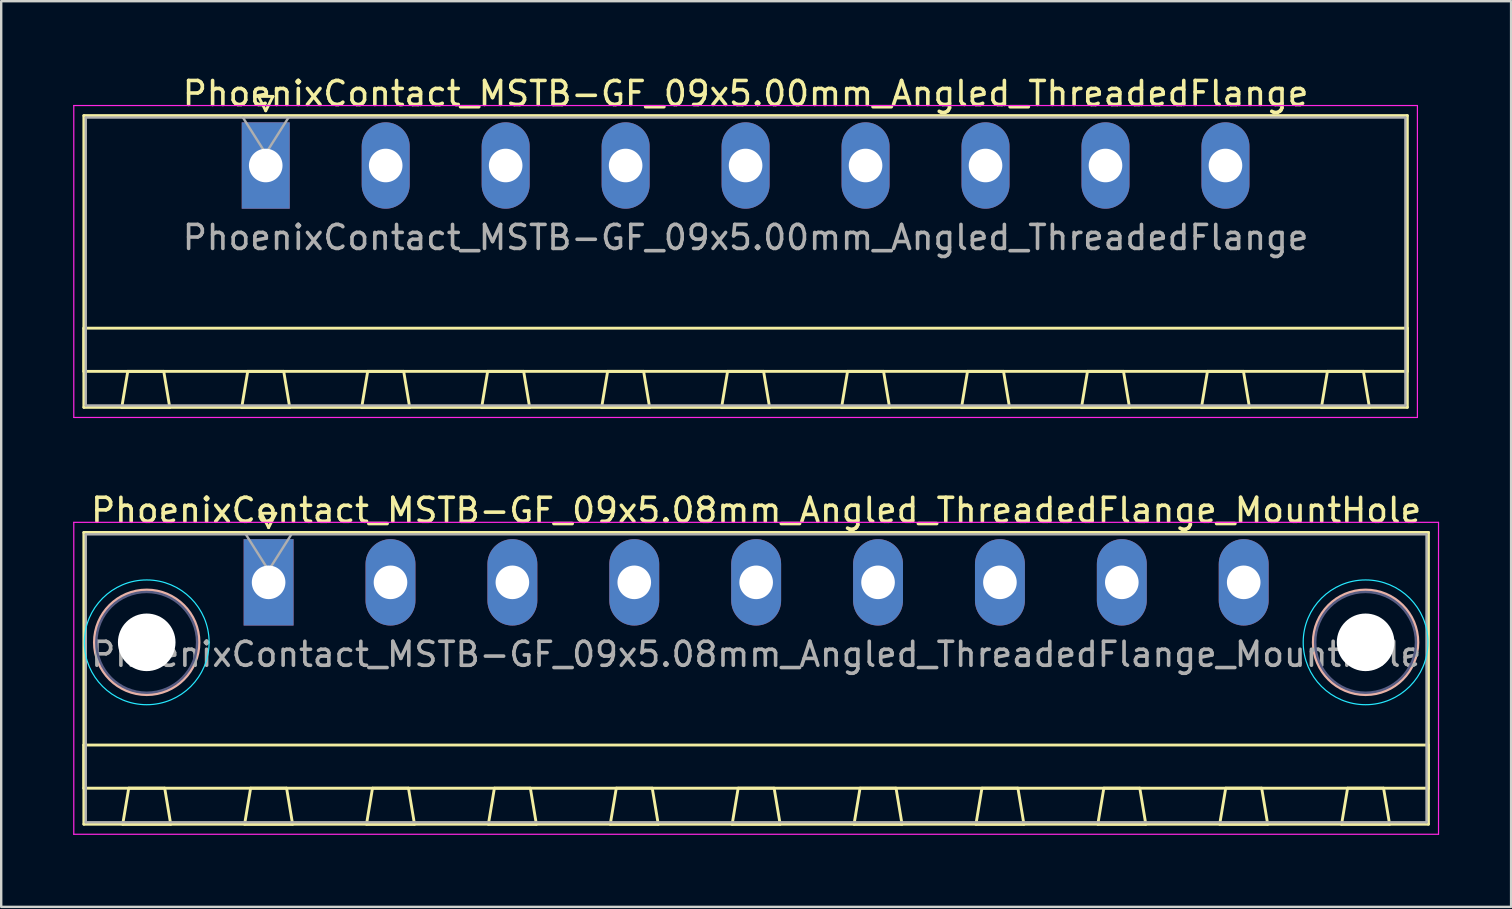
<source format=kicad_pcb>
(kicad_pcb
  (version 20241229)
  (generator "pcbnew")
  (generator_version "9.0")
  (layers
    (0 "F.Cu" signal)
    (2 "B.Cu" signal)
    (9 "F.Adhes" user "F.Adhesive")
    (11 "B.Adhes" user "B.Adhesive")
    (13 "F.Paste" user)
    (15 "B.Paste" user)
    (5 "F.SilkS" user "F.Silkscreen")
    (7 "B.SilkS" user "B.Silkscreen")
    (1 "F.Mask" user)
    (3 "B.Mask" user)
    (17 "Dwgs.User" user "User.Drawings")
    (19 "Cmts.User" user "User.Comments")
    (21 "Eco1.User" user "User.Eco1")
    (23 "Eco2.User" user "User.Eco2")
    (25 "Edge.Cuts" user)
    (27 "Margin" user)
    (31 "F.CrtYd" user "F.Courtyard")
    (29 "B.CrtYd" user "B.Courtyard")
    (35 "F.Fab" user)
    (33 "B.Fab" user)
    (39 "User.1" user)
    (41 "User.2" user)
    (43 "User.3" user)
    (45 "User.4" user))
  (footprint "PhoenixContact_MSTB-GF_09x5.00mm_Angled_ThreadedFlange"
    (layer "F.Cu")
    (at 8.025 3.848)
    (property "Reference" "PhoenixContact_MSTB-GF_09x5.00mm_Angled_ThreadedFlange" (at 20 -3 0) (layer "F.SilkS") (effects (font (size 1 1) (thickness 0.15))))
    (attr through_hole)
    (fp_line (start -7.58 -2.08) (end -7.58 10.08) (stroke (width 0.12) (type solid)) (layer "F.SilkS"))
    (fp_line (start -7.58 6.78) (end 47.58 6.78) (stroke (width 0.12) (type solid)) (layer "F.SilkS"))
    (fp_line (start -7.58 8.58) (end -7.58 6.78) (stroke (width 0.12) (type solid)) (layer "F.SilkS"))
    (fp_line (start -7.58 10.08) (end 47.58 10.08) (stroke (width 0.12) (type solid)) (layer "F.SilkS"))
    (fp_line (start -6 10.08) (end -4 10.08) (stroke (width 0.12) (type solid)) (layer "F.SilkS"))
    (fp_line (start -5.75 8.58) (end -6 10.08) (stroke (width 0.12) (type solid)) (layer "F.SilkS"))
    (fp_line (start -4.25 8.58) (end -5.75 8.58) (stroke (width 0.12) (type solid)) (layer "F.SilkS"))
    (fp_line (start -4 10.08) (end -4.25 8.58) (stroke (width 0.12) (type solid)) (layer "F.SilkS"))
    (fp_line (start -1 10.08) (end 1 10.08) (stroke (width 0.12) (type solid)) (layer "F.SilkS"))
    (fp_line (start -0.75 8.58) (end -1 10.08) (stroke (width 0.12) (type solid)) (layer "F.SilkS"))
    (fp_line (start -0.3 -2.88) (end 0.3 -2.88) (stroke (width 0.12) (type solid)) (layer "F.SilkS"))
    (fp_line (start 0 -2.28) (end -0.3 -2.88) (stroke (width 0.12) (type solid)) (layer "F.SilkS"))
    (fp_line (start 0.3 -2.88) (end 0 -2.28) (stroke (width 0.12) (type solid)) (layer "F.SilkS"))
    (fp_line (start 0.75 8.58) (end -0.75 8.58) (stroke (width 0.12) (type solid)) (layer "F.SilkS"))
    (fp_line (start 1 10.08) (end 0.75 8.58) (stroke (width 0.12) (type solid)) (layer "F.SilkS"))
    (fp_line (start 4 10.08) (end 6 10.08) (stroke (width 0.12) (type solid)) (layer "F.SilkS"))
    (fp_line (start 4.25 8.58) (end 4 10.08) (stroke (width 0.12) (type solid)) (layer "F.SilkS"))
    (fp_line (start 5.75 8.58) (end 4.25 8.58) (stroke (width 0.12) (type solid)) (layer "F.SilkS"))
    (fp_line (start 6 10.08) (end 5.75 8.58) (stroke (width 0.12) (type solid)) (layer "F.SilkS"))
    (fp_line (start 9 10.08) (end 11 10.08) (stroke (width 0.12) (type solid)) (layer "F.SilkS"))
    (fp_line (start 9.25 8.58) (end 9 10.08) (stroke (width 0.12) (type solid)) (layer "F.SilkS"))
    (fp_line (start 10.75 8.58) (end 9.25 8.58) (stroke (width 0.12) (type solid)) (layer "F.SilkS"))
    (fp_line (start 11 10.08) (end 10.75 8.58) (stroke (width 0.12) (type solid)) (layer "F.SilkS"))
    (fp_line (start 14 10.08) (end 16 10.08) (stroke (width 0.12) (type solid)) (layer "F.SilkS"))
    (fp_line (start 14.25 8.58) (end 14 10.08) (stroke (width 0.12) (type solid)) (layer "F.SilkS"))
    (fp_line (start 15.75 8.58) (end 14.25 8.58) (stroke (width 0.12) (type solid)) (layer "F.SilkS"))
    (fp_line (start 16 10.08) (end 15.75 8.58) (stroke (width 0.12) (type solid)) (layer "F.SilkS"))
    (fp_line (start 19 10.08) (end 21 10.08) (stroke (width 0.12) (type solid)) (layer "F.SilkS"))
    (fp_line (start 19.25 8.58) (end 19 10.08) (stroke (width 0.12) (type solid)) (layer "F.SilkS"))
    (fp_line (start 20.75 8.58) (end 19.25 8.58) (stroke (width 0.12) (type solid)) (layer "F.SilkS"))
    (fp_line (start 21 10.08) (end 20.75 8.58) (stroke (width 0.12) (type solid)) (layer "F.SilkS"))
    (fp_line (start 24 10.08) (end 26 10.08) (stroke (width 0.12) (type solid)) (layer "F.SilkS"))
    (fp_line (start 24.25 8.58) (end 24 10.08) (stroke (width 0.12) (type solid)) (layer "F.SilkS"))
    (fp_line (start 25.75 8.58) (end 24.25 8.58) (stroke (width 0.12) (type solid)) (layer "F.SilkS"))
    (fp_line (start 26 10.08) (end 25.75 8.58) (stroke (width 0.12) (type solid)) (layer "F.SilkS"))
    (fp_line (start 29 10.08) (end 31 10.08) (stroke (width 0.12) (type solid)) (layer "F.SilkS"))
    (fp_line (start 29.25 8.58) (end 29 10.08) (stroke (width 0.12) (type solid)) (layer "F.SilkS"))
    (fp_line (start 30.75 8.58) (end 29.25 8.58) (stroke (width 0.12) (type solid)) (layer "F.SilkS"))
    (fp_line (start 31 10.08) (end 30.75 8.58) (stroke (width 0.12) (type solid)) (layer "F.SilkS"))
    (fp_line (start 34 10.08) (end 36 10.08) (stroke (width 0.12) (type solid)) (layer "F.SilkS"))
    (fp_line (start 34.25 8.58) (end 34 10.08) (stroke (width 0.12) (type solid)) (layer "F.SilkS"))
    (fp_line (start 35.75 8.58) (end 34.25 8.58) (stroke (width 0.12) (type solid)) (layer "F.SilkS"))
    (fp_line (start 36 10.08) (end 35.75 8.58) (stroke (width 0.12) (type solid)) (layer "F.SilkS"))
    (fp_line (start 39 10.08) (end 41 10.08) (stroke (width 0.12) (type solid)) (layer "F.SilkS"))
    (fp_line (start 39.25 8.58) (end 39 10.08) (stroke (width 0.12) (type solid)) (layer "F.SilkS"))
    (fp_line (start 40.75 8.58) (end 39.25 8.58) (stroke (width 0.12) (type solid)) (layer "F.SilkS"))
    (fp_line (start 41 10.08) (end 40.75 8.58) (stroke (width 0.12) (type solid)) (layer "F.SilkS"))
    (fp_line (start 44 10.08) (end 46 10.08) (stroke (width 0.12) (type solid)) (layer "F.SilkS"))
    (fp_line (start 44.25 8.58) (end 44 10.08) (stroke (width 0.12) (type solid)) (layer "F.SilkS"))
    (fp_line (start 45.75 8.58) (end 44.25 8.58) (stroke (width 0.12) (type solid)) (layer "F.SilkS"))
    (fp_line (start 46 10.08) (end 45.75 8.58) (stroke (width 0.12) (type solid)) (layer "F.SilkS"))
    (fp_line (start 47.58 -2.08) (end -7.58 -2.08) (stroke (width 0.12) (type solid)) (layer "F.SilkS"))
    (fp_line (start 47.58 6.78) (end 47.58 8.58) (stroke (width 0.12) (type solid)) (layer "F.SilkS"))
    (fp_line (start 47.58 8.58) (end -7.58 8.58) (stroke (width 0.12) (type solid)) (layer "F.SilkS"))
    (fp_line (start 47.58 10.08) (end 47.58 -2.08) (stroke (width 0.12) (type solid)) (layer "F.SilkS"))
    (fp_line (start -8 -2.5) (end -8 10.5) (stroke (width 0.05) (type solid)) (layer "F.CrtYd"))
    (fp_line (start -8 10.5) (end 48 10.5) (stroke (width 0.05) (type solid)) (layer "F.CrtYd"))
    (fp_line (start 48 -2.5) (end -8 -2.5) (stroke (width 0.05) (type solid)) (layer "F.CrtYd"))
    (fp_line (start 48 10.5) (end 48 -2.5) (stroke (width 0.05) (type solid)) (layer "F.CrtYd"))
    (fp_line (start -7.5 -2) (end -7.5 10) (stroke (width 0.1) (type solid)) (layer "F.Fab"))
    (fp_line (start -7.5 10) (end 47.5 10) (stroke (width 0.1) (type solid)) (layer "F.Fab"))
    (fp_line (start 0 -0.5) (end -0.95 -2) (stroke (width 0.1) (type solid)) (layer "F.Fab"))
    (fp_line (start 0.95 -2) (end 0 -0.5) (stroke (width 0.1) (type solid)) (layer "F.Fab"))
    (fp_line (start 47.5 -2) (end -7.5 -2) (stroke (width 0.1) (type solid)) (layer "F.Fab"))
    (fp_line (start 47.5 10) (end 47.5 -2) (stroke (width 0.1) (type solid)) (layer "F.Fab"))
    (fp_text user "${REFERENCE}" (at 20 3 0) (layer "F.Fab") (effects (font (size 1 1) (thickness 0.15))))
    (pad "1" thru_hole rect (at 0 0) (size 2 3.6) (drill 1.4) (layers "*.Cu" "*.Mask"))
    (pad "2" thru_hole oval (at 5 0) (size 2 3.6) (drill 1.4) (layers "*.Cu" "*.Mask"))
    (pad "3" thru_hole oval (at 10 0) (size 2 3.6) (drill 1.4) (layers "*.Cu" "*.Mask"))
    (pad "4" thru_hole oval (at 15 0) (size 2 3.6) (drill 1.4) (layers "*.Cu" "*.Mask"))
    (pad "5" thru_hole oval (at 20 0) (size 2 3.6) (drill 1.4) (layers "*.Cu" "*.Mask"))
    (pad "6" thru_hole oval (at 25 0) (size 2 3.6) (drill 1.4) (layers "*.Cu" "*.Mask"))
    (pad "7" thru_hole oval (at 30 0) (size 2 3.6) (drill 1.4) (layers "*.Cu" "*.Mask"))
    (pad "8" thru_hole oval (at 35 0) (size 2 3.6) (drill 1.4) (layers "*.Cu" "*.Mask"))
    (pad "9" thru_hole oval (at 40 0) (size 2 3.6) (drill 1.4) (layers "*.Cu" "*.Mask")))
  (footprint "PhoenixContact_MSTB-GF_09x5.08mm_Angled_ThreadedFlange_MountHole"
    (layer "F.Cu")
    (at 8.145 21.221)
    (property "Reference" "PhoenixContact_MSTB-GF_09x5.08mm_Angled_ThreadedFlange_MountHole" (at 20.32 -3 0) (layer "F.SilkS") (effects (font (size 1 1) (thickness 0.15))))
    (attr through_hole)
    (fp_line (start -7.7 -2.08) (end -7.7 10.08) (stroke (width 0.12) (type solid)) (layer "F.SilkS"))
    (fp_line (start -7.7 6.78) (end 48.34 6.78) (stroke (width 0.12) (type solid)) (layer "F.SilkS"))
    (fp_line (start -7.7 8.58) (end -7.7 6.78) (stroke (width 0.12) (type solid)) (layer "F.SilkS"))
    (fp_line (start -7.7 10.08) (end 48.34 10.08) (stroke (width 0.12) (type solid)) (layer "F.SilkS"))
    (fp_line (start -6.08 10.08) (end -4.08 10.08) (stroke (width 0.12) (type solid)) (layer "F.SilkS"))
    (fp_line (start -5.83 8.58) (end -6.08 10.08) (stroke (width 0.12) (type solid)) (layer "F.SilkS"))
    (fp_line (start -4.33 8.58) (end -5.83 8.58) (stroke (width 0.12) (type solid)) (layer "F.SilkS"))
    (fp_line (start -4.08 10.08) (end -4.33 8.58) (stroke (width 0.12) (type solid)) (layer "F.SilkS"))
    (fp_line (start -1 10.08) (end 1 10.08) (stroke (width 0.12) (type solid)) (layer "F.SilkS"))
    (fp_line (start -0.75 8.58) (end -1 10.08) (stroke (width 0.12) (type solid)) (layer "F.SilkS"))
    (fp_line (start -0.3 -2.88) (end 0.3 -2.88) (stroke (width 0.12) (type solid)) (layer "F.SilkS"))
    (fp_line (start 0 -2.28) (end -0.3 -2.88) (stroke (width 0.12) (type solid)) (layer "F.SilkS"))
    (fp_line (start 0.3 -2.88) (end 0 -2.28) (stroke (width 0.12) (type solid)) (layer "F.SilkS"))
    (fp_line (start 0.75 8.58) (end -0.75 8.58) (stroke (width 0.12) (type solid)) (layer "F.SilkS"))
    (fp_line (start 1 10.08) (end 0.75 8.58) (stroke (width 0.12) (type solid)) (layer "F.SilkS"))
    (fp_line (start 4.08 10.08) (end 6.08 10.08) (stroke (width 0.12) (type solid)) (layer "F.SilkS"))
    (fp_line (start 4.33 8.58) (end 4.08 10.08) (stroke (width 0.12) (type solid)) (layer "F.SilkS"))
    (fp_line (start 5.83 8.58) (end 4.33 8.58) (stroke (width 0.12) (type solid)) (layer "F.SilkS"))
    (fp_line (start 6.08 10.08) (end 5.83 8.58) (stroke (width 0.12) (type solid)) (layer "F.SilkS"))
    (fp_line (start 9.16 10.08) (end 11.16 10.08) (stroke (width 0.12) (type solid)) (layer "F.SilkS"))
    (fp_line (start 9.41 8.58) (end 9.16 10.08) (stroke (width 0.12) (type solid)) (layer "F.SilkS"))
    (fp_line (start 10.91 8.58) (end 9.41 8.58) (stroke (width 0.12) (type solid)) (layer "F.SilkS"))
    (fp_line (start 11.16 10.08) (end 10.91 8.58) (stroke (width 0.12) (type solid)) (layer "F.SilkS"))
    (fp_line (start 14.24 10.08) (end 16.24 10.08) (stroke (width 0.12) (type solid)) (layer "F.SilkS"))
    (fp_line (start 14.49 8.58) (end 14.24 10.08) (stroke (width 0.12) (type solid)) (layer "F.SilkS"))
    (fp_line (start 15.99 8.58) (end 14.49 8.58) (stroke (width 0.12) (type solid)) (layer "F.SilkS"))
    (fp_line (start 16.24 10.08) (end 15.99 8.58) (stroke (width 0.12) (type solid)) (layer "F.SilkS"))
    (fp_line (start 19.32 10.08) (end 21.32 10.08) (stroke (width 0.12) (type solid)) (layer "F.SilkS"))
    (fp_line (start 19.57 8.58) (end 19.32 10.08) (stroke (width 0.12) (type solid)) (layer "F.SilkS"))
    (fp_line (start 21.07 8.58) (end 19.57 8.58) (stroke (width 0.12) (type solid)) (layer "F.SilkS"))
    (fp_line (start 21.32 10.08) (end 21.07 8.58) (stroke (width 0.12) (type solid)) (layer "F.SilkS"))
    (fp_line (start 24.4 10.08) (end 26.4 10.08) (stroke (width 0.12) (type solid)) (layer "F.SilkS"))
    (fp_line (start 24.65 8.58) (end 24.4 10.08) (stroke (width 0.12) (type solid)) (layer "F.SilkS"))
    (fp_line (start 26.15 8.58) (end 24.65 8.58) (stroke (width 0.12) (type solid)) (layer "F.SilkS"))
    (fp_line (start 26.4 10.08) (end 26.15 8.58) (stroke (width 0.12) (type solid)) (layer "F.SilkS"))
    (fp_line (start 29.48 10.08) (end 31.48 10.08) (stroke (width 0.12) (type solid)) (layer "F.SilkS"))
    (fp_line (start 29.73 8.58) (end 29.48 10.08) (stroke (width 0.12) (type solid)) (layer "F.SilkS"))
    (fp_line (start 31.23 8.58) (end 29.73 8.58) (stroke (width 0.12) (type solid)) (layer "F.SilkS"))
    (fp_line (start 31.48 10.08) (end 31.23 8.58) (stroke (width 0.12) (type solid)) (layer "F.SilkS"))
    (fp_line (start 34.56 10.08) (end 36.56 10.08) (stroke (width 0.12) (type solid)) (layer "F.SilkS"))
    (fp_line (start 34.81 8.58) (end 34.56 10.08) (stroke (width 0.12) (type solid)) (layer "F.SilkS"))
    (fp_line (start 36.31 8.58) (end 34.81 8.58) (stroke (width 0.12) (type solid)) (layer "F.SilkS"))
    (fp_line (start 36.56 10.08) (end 36.31 8.58) (stroke (width 0.12) (type solid)) (layer "F.SilkS"))
    (fp_line (start 39.64 10.08) (end 41.64 10.08) (stroke (width 0.12) (type solid)) (layer "F.SilkS"))
    (fp_line (start 39.89 8.58) (end 39.64 10.08) (stroke (width 0.12) (type solid)) (layer "F.SilkS"))
    (fp_line (start 41.39 8.58) (end 39.89 8.58) (stroke (width 0.12) (type solid)) (layer "F.SilkS"))
    (fp_line (start 41.64 10.08) (end 41.39 8.58) (stroke (width 0.12) (type solid)) (layer "F.SilkS"))
    (fp_line (start 44.72 10.08) (end 46.72 10.08) (stroke (width 0.12) (type solid)) (layer "F.SilkS"))
    (fp_line (start 44.97 8.58) (end 44.72 10.08) (stroke (width 0.12) (type solid)) (layer "F.SilkS"))
    (fp_line (start 46.47 8.58) (end 44.97 8.58) (stroke (width 0.12) (type solid)) (layer "F.SilkS"))
    (fp_line (start 46.72 10.08) (end 46.47 8.58) (stroke (width 0.12) (type solid)) (layer "F.SilkS"))
    (fp_line (start 48.34 -2.08) (end -7.7 -2.08) (stroke (width 0.12) (type solid)) (layer "F.SilkS"))
    (fp_line (start 48.34 6.78) (end 48.34 8.58) (stroke (width 0.12) (type solid)) (layer "F.SilkS"))
    (fp_line (start 48.34 8.58) (end -7.7 8.58) (stroke (width 0.12) (type solid)) (layer "F.SilkS"))
    (fp_line (start 48.34 10.08) (end 48.34 -2.08) (stroke (width 0.12) (type solid)) (layer "F.SilkS"))
    (fp_circle (center -5.08 2.5) (end -2.9 2.5) (stroke (width 0.12) (type solid)) (fill no) (layer "B.SilkS"))
    (fp_circle (center 45.72 2.5) (end 47.9 2.5) (stroke (width 0.12) (type solid)) (fill no) (layer "B.SilkS"))
    (fp_circle (center -5.08 2.5) (end -2.48 2.5) (stroke (width 0.05) (type solid)) (fill no) (layer "B.CrtYd"))
    (fp_circle (center 45.72 2.5) (end 48.32 2.5) (stroke (width 0.05) (type solid)) (fill no) (layer "B.CrtYd"))
    (fp_line (start -8.12 -2.5) (end -8.12 10.5) (stroke (width 0.05) (type solid)) (layer "F.CrtYd"))
    (fp_line (start -8.12 10.5) (end 48.76 10.5) (stroke (width 0.05) (type solid)) (layer "F.CrtYd"))
    (fp_line (start 48.76 -2.5) (end -8.12 -2.5) (stroke (width 0.05) (type solid)) (layer "F.CrtYd"))
    (fp_line (start 48.76 10.5) (end 48.76 -2.5) (stroke (width 0.05) (type solid)) (layer "F.CrtYd"))
    (fp_circle (center -5.08 2.5) (end -2.98 2.5) (stroke (width 0.1) (type solid)) (fill no) (layer "B.Fab"))
    (fp_circle (center 45.72 2.5) (end 47.82 2.5) (stroke (width 0.1) (type solid)) (fill no) (layer "B.Fab"))
    (fp_line (start -7.62 -2) (end -7.62 10) (stroke (width 0.1) (type solid)) (layer "F.Fab"))
    (fp_line (start -7.62 10) (end 48.26 10) (stroke (width 0.1) (type solid)) (layer "F.Fab"))
    (fp_line (start 0 -0.5) (end -0.95 -2) (stroke (width 0.1) (type solid)) (layer "F.Fab"))
    (fp_line (start 0.95 -2) (end 0 -0.5) (stroke (width 0.1) (type solid)) (layer "F.Fab"))
    (fp_line (start 48.26 -2) (end -7.62 -2) (stroke (width 0.1) (type solid)) (layer "F.Fab"))
    (fp_line (start 48.26 10) (end 48.26 -2) (stroke (width 0.1) (type solid)) (layer "F.Fab"))
    (fp_text user "${REFERENCE}" (at 20.32 3 0) (layer "F.Fab") (effects (font (size 1 1) (thickness 0.15))))
    (pad "" np_thru_hole circle (at -5.08 2.5) (size 2.4 2.4) (drill 2.4) (layers "*.Cu" "*.Mask"))
    (pad "" np_thru_hole circle (at 45.72 2.5) (size 2.4 2.4) (drill 2.4) (layers "*.Cu" "*.Mask"))
    (pad "1" thru_hole rect (at 0 0) (size 2.08 3.6) (drill 1.4) (layers "*.Cu" "*.Mask"))
    (pad "2" thru_hole oval (at 5.08 0) (size 2.08 3.6) (drill 1.4) (layers "*.Cu" "*.Mask"))
    (pad "3" thru_hole oval (at 10.16 0) (size 2.08 3.6) (drill 1.4) (layers "*.Cu" "*.Mask"))
    (pad "4" thru_hole oval (at 15.24 0) (size 2.08 3.6) (drill 1.4) (layers "*.Cu" "*.Mask"))
    (pad "5" thru_hole oval (at 20.32 0) (size 2.08 3.6) (drill 1.4) (layers "*.Cu" "*.Mask"))
    (pad "6" thru_hole oval (at 25.4 0) (size 2.08 3.6) (drill 1.4) (layers "*.Cu" "*.Mask"))
    (pad "7" thru_hole oval (at 30.48 0) (size 2.08 3.6) (drill 1.4) (layers "*.Cu" "*.Mask"))
    (pad "8" thru_hole oval (at 35.56 0) (size 2.08 3.6) (drill 1.4) (layers "*.Cu" "*.Mask"))
    (pad "9" thru_hole oval (at 40.64 0) (size 2.08 3.6) (drill 1.4) (layers "*.Cu" "*.Mask")))
  (gr_rect
    (start -3 -3)
    (end 59.93 34.746)
    (stroke (width 0.1) (type default))
    (fill no)
    (layer "Edge.Cuts")))
</source>
